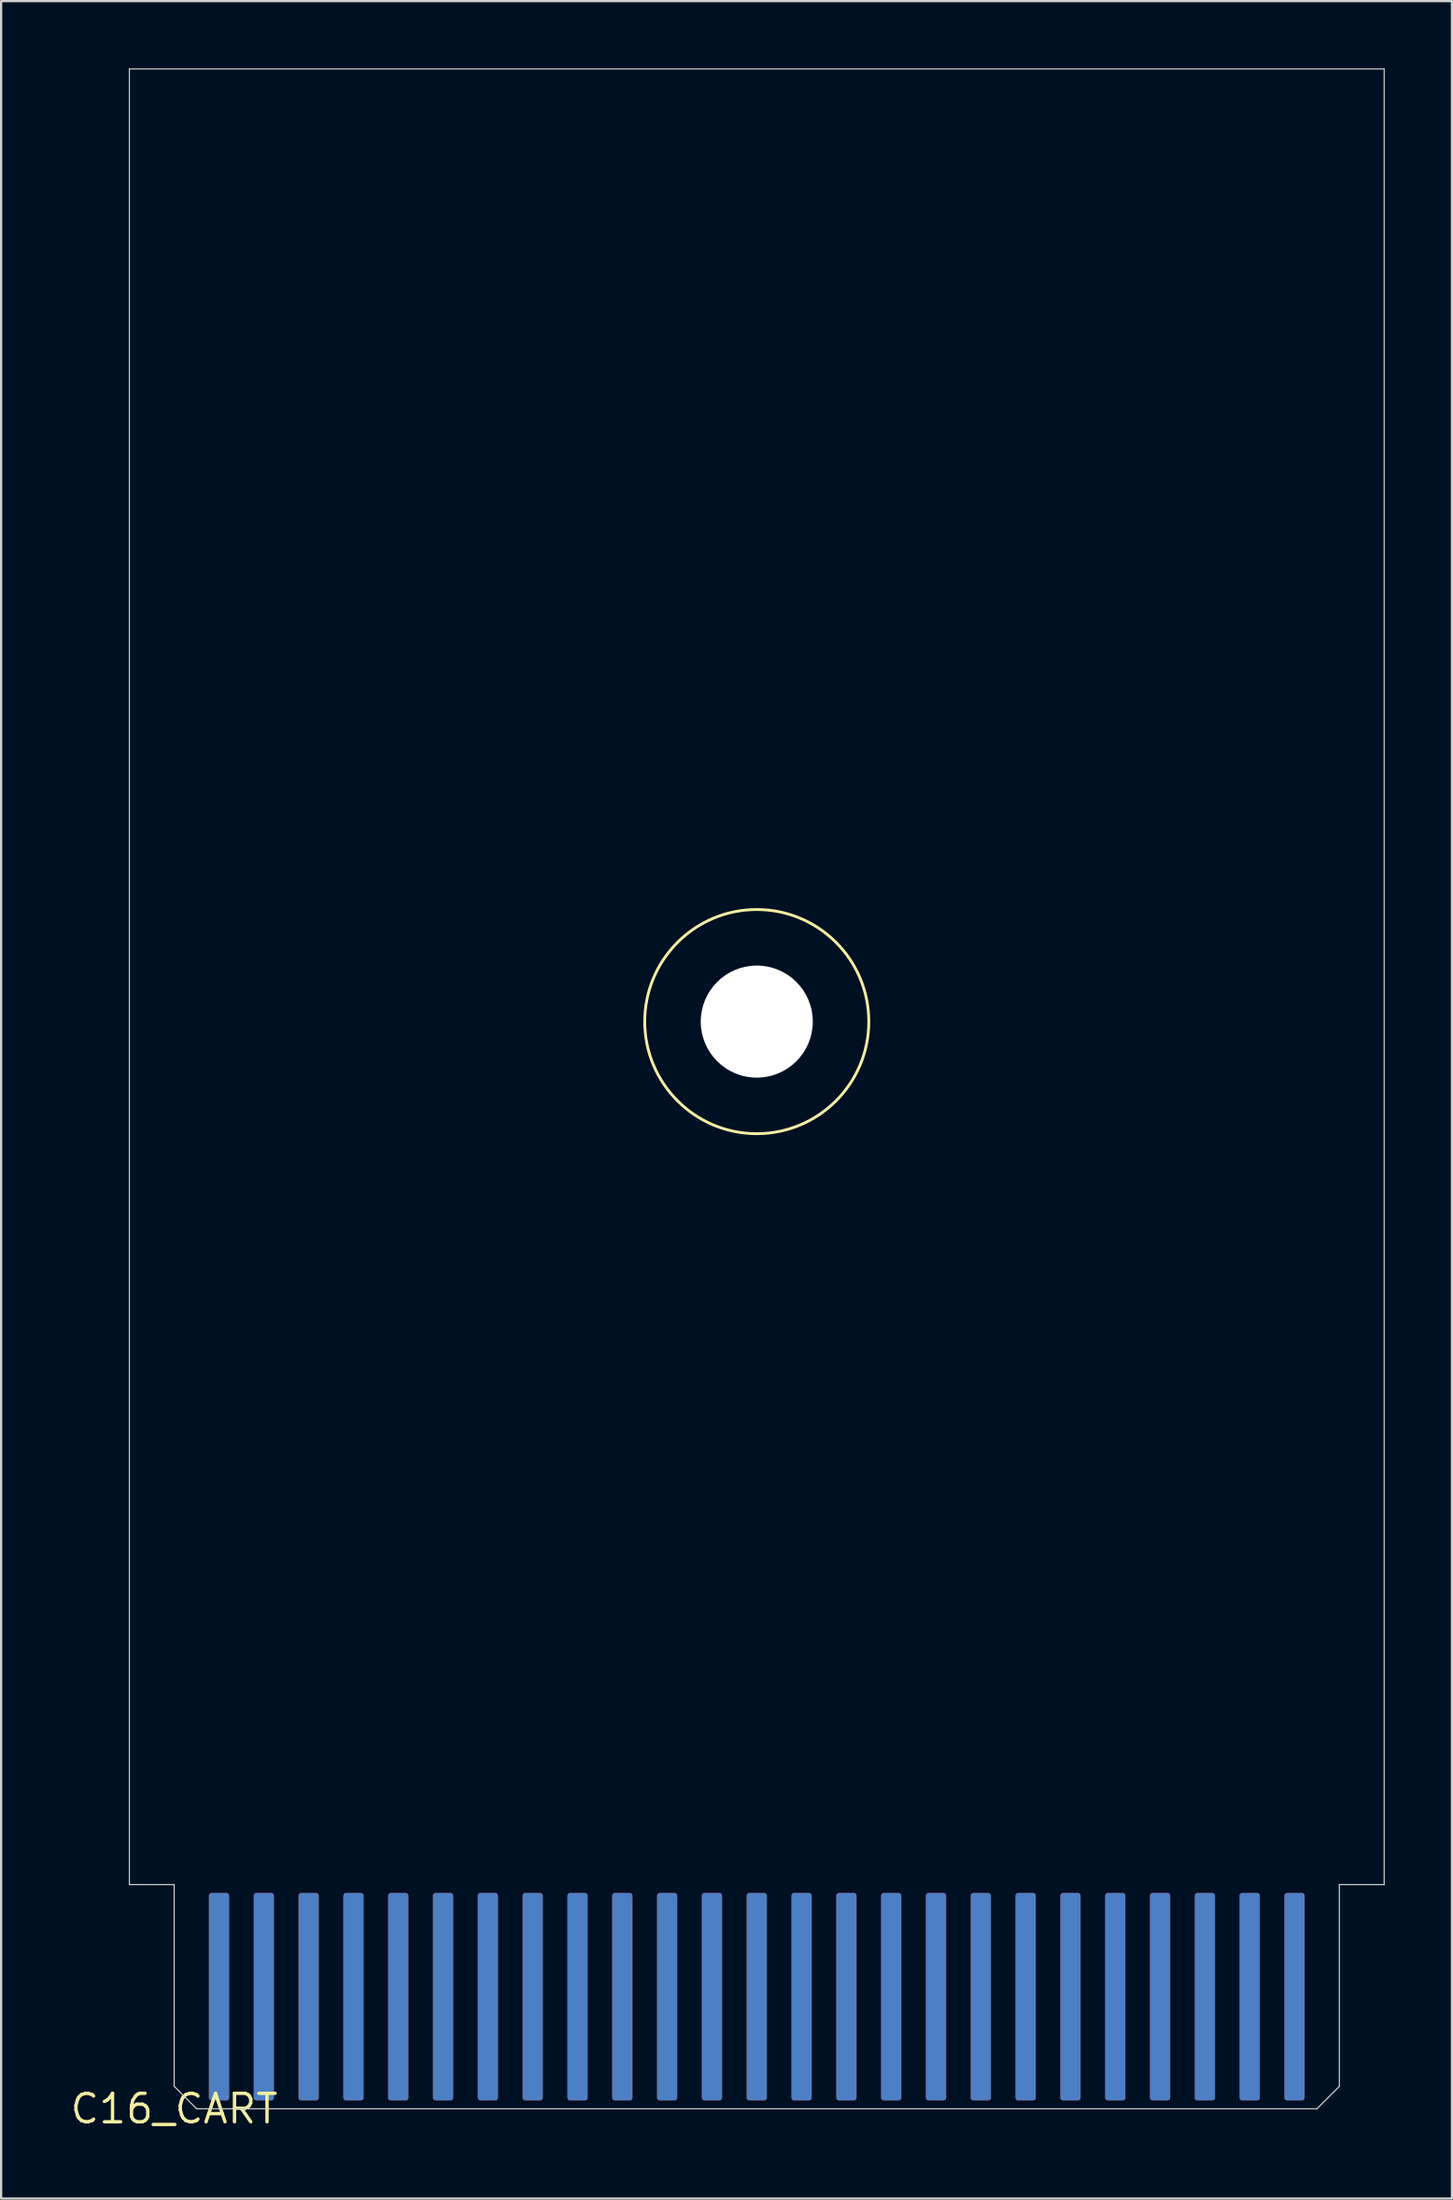
<source format=kicad_pcb>
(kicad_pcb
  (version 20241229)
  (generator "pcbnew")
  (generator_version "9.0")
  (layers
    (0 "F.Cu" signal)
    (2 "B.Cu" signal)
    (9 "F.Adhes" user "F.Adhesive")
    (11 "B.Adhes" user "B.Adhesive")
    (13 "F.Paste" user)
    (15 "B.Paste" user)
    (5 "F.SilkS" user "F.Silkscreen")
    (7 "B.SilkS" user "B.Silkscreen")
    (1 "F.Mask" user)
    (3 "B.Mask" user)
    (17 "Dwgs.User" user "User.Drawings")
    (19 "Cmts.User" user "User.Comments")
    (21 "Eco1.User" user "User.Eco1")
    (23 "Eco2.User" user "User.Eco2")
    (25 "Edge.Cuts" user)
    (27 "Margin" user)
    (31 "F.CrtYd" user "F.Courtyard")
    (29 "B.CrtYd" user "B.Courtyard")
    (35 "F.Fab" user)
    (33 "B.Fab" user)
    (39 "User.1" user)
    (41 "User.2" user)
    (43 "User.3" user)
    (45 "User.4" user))
  (footprint "C16_CART"
    (layer "F.Cu")
    (at 4.724 91.025)
    (property "Reference" "C16_CART" (at 0 0 0) (layer "F.SilkS") (effects (font (size 1.27 1.27) (thickness 0.15))))
    (fp_circle (center 26 -48.5) (end 31 -48.5) (stroke (width 0.127) (type solid)) (fill no) (layer "F.SilkS"))
    (fp_line (start -2 -91) (end 54 -91) (stroke (width 0.05) (type solid)) (layer "Edge.Cuts"))
    (fp_line (start -2 -10) (end -2 -91) (stroke (width 0.05) (type solid)) (layer "Edge.Cuts"))
    (fp_line (start -2 -10) (end 0 -10) (stroke (width 0.05) (type solid)) (layer "Edge.Cuts"))
    (fp_line (start 0 -1) (end 0 -10) (stroke (width 0.05) (type solid)) (layer "Edge.Cuts"))
    (fp_line (start 1 0) (end 0 -1) (stroke (width 0.05) (type solid)) (layer "Edge.Cuts"))
    (fp_line (start 1 0) (end 51 0) (stroke (width 0.05) (type solid)) (layer "Edge.Cuts"))
    (fp_line (start 51 0) (end 52 -1) (stroke (width 0.05) (type solid)) (layer "Edge.Cuts"))
    (fp_line (start 52 -1) (end 52 -10) (stroke (width 0.05) (type solid)) (layer "Edge.Cuts"))
    (fp_line (start 54 -10) (end 52 -10) (stroke (width 0.05) (type solid)) (layer "Edge.Cuts"))
    (fp_line (start 54 -10) (end 54 -91) (stroke (width 0.05) (type solid)) (layer "Edge.Cuts"))
    (pad "" np_thru_hole circle (at 26 -48.5) (size 5 5) (drill 5) (layers "*.Cu" "*.Mask"))
    (pad "1" smd roundrect (at 2 -5) (size 0.9 9.25) (layers "F.Cu" "F.Mask" "F.Paste") (roundrect_rratio 0.125))
    (pad "2" smd roundrect (at 4 -5) (size 0.9 9.25) (layers "F.Cu" "F.Mask" "F.Paste") (roundrect_rratio 0.125))
    (pad "3" smd roundrect (at 6 -5) (size 0.9 9.25) (layers "F.Cu" "F.Mask" "F.Paste") (roundrect_rratio 0.125))
    (pad "4" smd roundrect (at 8 -5) (size 0.9 9.25) (layers "F.Cu" "F.Mask" "F.Paste") (roundrect_rratio 0.125))
    (pad "5" smd roundrect (at 10 -5) (size 0.9 9.25) (layers "F.Cu" "F.Mask" "F.Paste") (roundrect_rratio 0.125))
    (pad "6" smd roundrect (at 12 -5) (size 0.9 9.25) (layers "F.Cu" "F.Mask" "F.Paste") (roundrect_rratio 0.125))
    (pad "7" smd roundrect (at 14 -5) (size 0.9 9.25) (layers "F.Cu" "F.Mask" "F.Paste") (roundrect_rratio 0.125))
    (pad "8" smd roundrect (at 16 -5) (size 0.9 9.25) (layers "F.Cu" "F.Mask" "F.Paste") (roundrect_rratio 0.125))
    (pad "9" smd roundrect (at 18 -5) (size 0.9 9.25) (layers "F.Cu" "F.Mask" "F.Paste") (roundrect_rratio 0.125))
    (pad "10" smd roundrect (at 20 -5) (size 0.9 9.25) (layers "F.Cu" "F.Mask" "F.Paste") (roundrect_rratio 0.125))
    (pad "11" smd roundrect (at 22 -5) (size 0.9 9.25) (layers "F.Cu" "F.Mask" "F.Paste") (roundrect_rratio 0.125))
    (pad "12" smd roundrect (at 24 -5) (size 0.9 9.25) (layers "F.Cu" "F.Mask" "F.Paste") (roundrect_rratio 0.125))
    (pad "13" smd roundrect (at 26 -5) (size 0.9 9.25) (layers "F.Cu" "F.Mask" "F.Paste") (roundrect_rratio 0.125))
    (pad "14" smd roundrect (at 28 -5) (size 0.9 9.25) (layers "F.Cu" "F.Mask" "F.Paste") (roundrect_rratio 0.125))
    (pad "15" smd roundrect (at 30 -5) (size 0.9 9.25) (layers "F.Cu" "F.Mask" "F.Paste") (roundrect_rratio 0.125))
    (pad "16" smd roundrect (at 32 -5) (size 0.9 9.25) (layers "F.Cu" "F.Mask" "F.Paste") (roundrect_rratio 0.125))
    (pad "17" smd roundrect (at 34 -5) (size 0.9 9.25) (layers "F.Cu" "F.Mask" "F.Paste") (roundrect_rratio 0.125))
    (pad "18" smd roundrect (at 36 -5) (size 0.9 9.25) (layers "F.Cu" "F.Mask" "F.Paste") (roundrect_rratio 0.125))
    (pad "19" smd roundrect (at 38 -5) (size 0.9 9.25) (layers "F.Cu" "F.Mask" "F.Paste") (roundrect_rratio 0.125))
    (pad "20" smd roundrect (at 40 -5) (size 0.9 9.25) (layers "F.Cu" "F.Mask" "F.Paste") (roundrect_rratio 0.125))
    (pad "21" smd roundrect (at 42 -5) (size 0.9 9.25) (layers "F.Cu" "F.Mask" "F.Paste") (roundrect_rratio 0.125))
    (pad "22" smd roundrect (at 44 -5) (size 0.9 9.25) (layers "F.Cu" "F.Mask" "F.Paste") (roundrect_rratio 0.125))
    (pad "23" smd roundrect (at 46 -5) (size 0.9 9.25) (layers "F.Cu" "F.Mask" "F.Paste") (roundrect_rratio 0.125))
    (pad "24" smd roundrect (at 48 -5) (size 0.9 9.25) (layers "F.Cu" "F.Mask" "F.Paste") (roundrect_rratio 0.125))
    (pad "25" smd roundrect (at 50 -5) (size 0.9 9.25) (layers "F.Cu" "F.Mask" "F.Paste") (roundrect_rratio 0.125))
    (pad "A" smd roundrect (at 2 -5) (size 0.9 9.25) (layers "B.Cu" "B.Mask" "B.Paste") (roundrect_rratio 0.125))
    (pad "AA" smd roundrect (at 46 -5) (size 0.9 9.25) (layers "B.Cu" "B.Mask" "B.Paste") (roundrect_rratio 0.125))
    (pad "B" smd roundrect (at 4 -5) (size 0.9 9.25) (layers "B.Cu" "B.Mask" "B.Paste") (roundrect_rratio 0.125))
    (pad "BB" smd roundrect (at 48 -5) (size 0.9 9.25) (layers "B.Cu" "B.Mask" "B.Paste") (roundrect_rratio 0.125))
    (pad "C" smd roundrect (at 6 -5) (size 0.9 9.25) (layers "B.Cu" "B.Mask" "B.Paste") (roundrect_rratio 0.125))
    (pad "CC" smd roundrect (at 50 -5) (size 0.9 9.25) (layers "B.Cu" "B.Mask" "B.Paste") (roundrect_rratio 0.125))
    (pad "D" smd roundrect (at 8 -5) (size 0.9 9.25) (layers "B.Cu" "B.Mask" "B.Paste") (roundrect_rratio 0.125))
    (pad "E" smd roundrect (at 10 -5) (size 0.9 9.25) (layers "B.Cu" "B.Mask" "B.Paste") (roundrect_rratio 0.125))
    (pad "F" smd roundrect (at 12 -5) (size 0.9 9.25) (layers "B.Cu" "B.Mask" "B.Paste") (roundrect_rratio 0.125))
    (pad "H" smd roundrect (at 14 -5) (size 0.9 9.25) (layers "B.Cu" "B.Mask" "B.Paste") (roundrect_rratio 0.125))
    (pad "J" smd roundrect (at 16 -5) (size 0.9 9.25) (layers "B.Cu" "B.Mask" "B.Paste") (roundrect_rratio 0.125))
    (pad "K" smd roundrect (at 18 -5) (size 0.9 9.25) (layers "B.Cu" "B.Mask" "B.Paste") (roundrect_rratio 0.125))
    (pad "L" smd roundrect (at 20 -5) (size 0.9 9.25) (layers "B.Cu" "B.Mask" "B.Paste") (roundrect_rratio 0.125))
    (pad "M" smd roundrect (at 22 -5) (size 0.9 9.25) (layers "B.Cu" "B.Mask" "B.Paste") (roundrect_rratio 0.125))
    (pad "N" smd roundrect (at 24 -5) (size 0.9 9.25) (layers "B.Cu" "B.Mask" "B.Paste") (roundrect_rratio 0.125))
    (pad "P" smd roundrect (at 26 -5) (size 0.9 9.25) (layers "B.Cu" "B.Mask" "B.Paste") (roundrect_rratio 0.125))
    (pad "R" smd roundrect (at 28 -5) (size 0.9 9.25) (layers "B.Cu" "B.Mask" "B.Paste") (roundrect_rratio 0.125))
    (pad "S" smd roundrect (at 30 -5) (size 0.9 9.25) (layers "B.Cu" "B.Mask" "B.Paste") (roundrect_rratio 0.125))
    (pad "T" smd roundrect (at 32 -5) (size 0.9 9.25) (layers "B.Cu" "B.Mask" "B.Paste") (roundrect_rratio 0.125))
    (pad "U" smd roundrect (at 34 -5) (size 0.9 9.25) (layers "B.Cu" "B.Mask" "B.Paste") (roundrect_rratio 0.125))
    (pad "V" smd roundrect (at 36 -5) (size 0.9 9.25) (layers "B.Cu" "B.Mask" "B.Paste") (roundrect_rratio 0.125))
    (pad "W" smd roundrect (at 38 -5) (size 0.9 9.25) (layers "B.Cu" "B.Mask" "B.Paste") (roundrect_rratio 0.125))
    (pad "X" smd roundrect (at 40 -5) (size 0.9 9.25) (layers "B.Cu" "B.Mask" "B.Paste") (roundrect_rratio 0.125))
    (pad "Y" smd roundrect (at 42 -5) (size 0.9 9.25) (layers "B.Cu" "B.Mask" "B.Paste") (roundrect_rratio 0.125))
    (pad "Z" smd roundrect (at 44 -5) (size 0.9 9.25) (layers "B.Cu" "B.Mask" "B.Paste") (roundrect_rratio 0.125)))
  (gr_rect
    (start -3 -3)
    (end 61.749 95.031)
    (stroke (width 0.1) (type default))
    (fill no)
    (layer "Edge.Cuts")))
</source>
